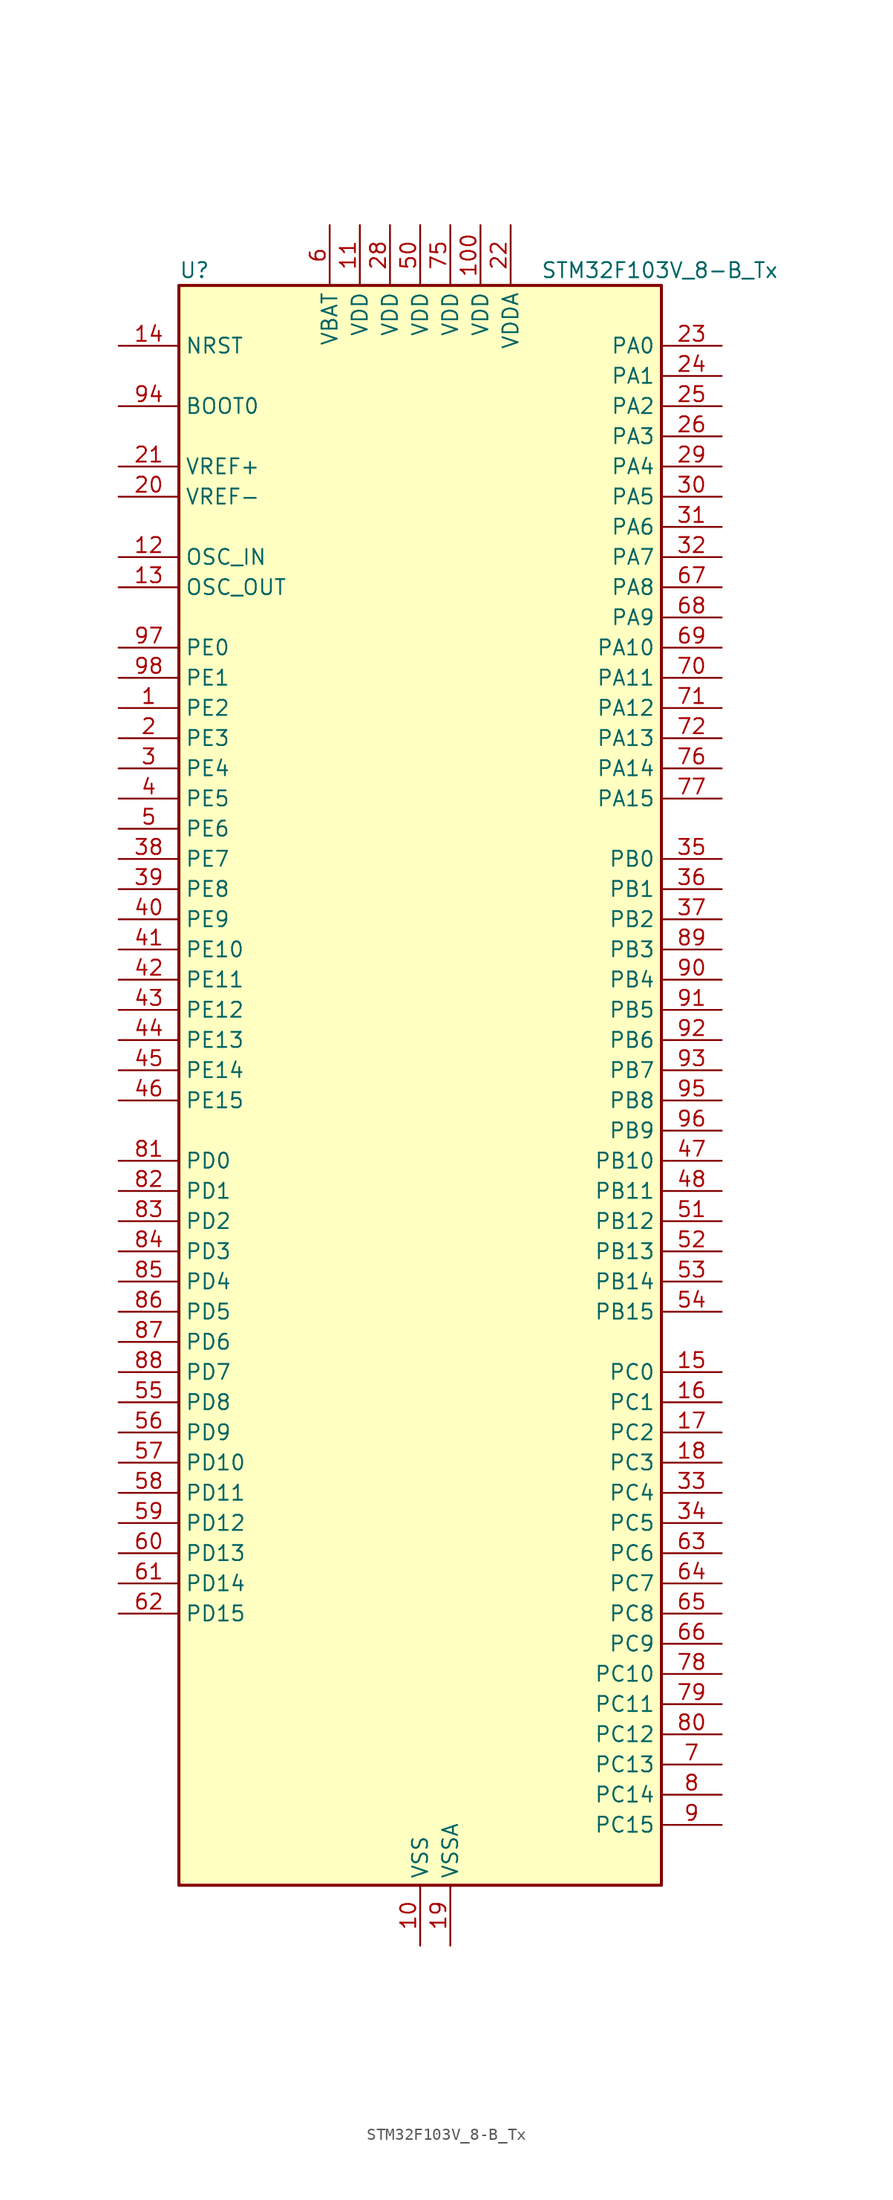
<source format=kicad_sym>
(kicad_symbol_lib
  (version 20241209)
  (generator "kicad_symbol_editor")
  (generator_version "9.0")
  (symbol "STM32F103V_8-B_Tx"
    (property "Reference" "U"
      (at -20.32 69.85 0)
      (effects (font (size 1.27 1.27)) (justify left)))
    (property "Value" "STM32F103V_8-B_Tx"
      (at 10.16 69.85 0)
      (effects (font (size 1.27 1.27)) (justify left)))
    (symbol "STM32F103V_8-B_Tx_0_1"
      (rectangle (start -20.32 -66.04) (end 20.32 68.58) (stroke (width 0.254) (type default)) (fill (type background))))
    (symbol "STM32F103V_8-B_Tx_1_1"
      (pin input line (at -25.4 63.5 0) (length 5.08) (name "NRST" (effects (font (size 1.27 1.27)))) (number "14" (effects (font (size 1.27 1.27)))))
      (pin input line (at -25.4 58.42 0) (length 5.08) (name "BOOT0" (effects (font (size 1.27 1.27)))) (number "94" (effects (font (size 1.27 1.27)))))
      (pin input line (at -25.4 53.34 0) (length 5.08) (name "VREF+" (effects (font (size 1.27 1.27)))) (number "21" (effects (font (size 1.27 1.27)))))
      (pin input line (at -25.4 50.8 0) (length 5.08) (name "VREF-" (effects (font (size 1.27 1.27)))) (number "20" (effects (font (size 1.27 1.27)))))
      (pin input line (at -25.4 45.72 0) (length 5.08) (name "OSC_IN" (effects (font (size 1.27 1.27)))) (number "12" (effects (font (size 1.27 1.27)))) (alternate "RCC_OSC_IN" bidirectional line))
      (pin input line (at -25.4 43.18 0) (length 5.08) (name "OSC_OUT" (effects (font (size 1.27 1.27)))) (number "13" (effects (font (size 1.27 1.27)))) (alternate "RCC_OSC_OUT" bidirectional line))
      (pin bidirectional line (at -25.4 38.1 0) (length 5.08) (name "PE0" (effects (font (size 1.27 1.27)))) (number "97" (effects (font (size 1.27 1.27)))) (alternate "TIM4_ETR" bidirectional line))
      (pin bidirectional line (at -25.4 35.56 0) (length 5.08) (name "PE1" (effects (font (size 1.27 1.27)))) (number "98" (effects (font (size 1.27 1.27)))))
      (pin bidirectional line (at -25.4 33.02 0) (length 5.08) (name "PE2" (effects (font (size 1.27 1.27)))) (number "1" (effects (font (size 1.27 1.27)))) (alternate "SYS_TRACECLK" bidirectional line))
      (pin bidirectional line (at -25.4 30.48 0) (length 5.08) (name "PE3" (effects (font (size 1.27 1.27)))) (number "2" (effects (font (size 1.27 1.27)))) (alternate "SYS_TRACED0" bidirectional line))
      (pin bidirectional line (at -25.4 27.94 0) (length 5.08) (name "PE4" (effects (font (size 1.27 1.27)))) (number "3" (effects (font (size 1.27 1.27)))) (alternate "SYS_TRACED1" bidirectional line))
      (pin bidirectional line (at -25.4 25.4 0) (length 5.08) (name "PE5" (effects (font (size 1.27 1.27)))) (number "4" (effects (font (size 1.27 1.27)))) (alternate "SYS_TRACED2" bidirectional line))
      (pin bidirectional line (at -25.4 22.86 0) (length 5.08) (name "PE6" (effects (font (size 1.27 1.27)))) (number "5" (effects (font (size 1.27 1.27)))) (alternate "SYS_TRACED3" bidirectional line))
      (pin bidirectional line (at -25.4 20.32 0) (length 5.08) (name "PE7" (effects (font (size 1.27 1.27)))) (number "38" (effects (font (size 1.27 1.27)))) (alternate "TIM1_ETR" bidirectional line))
      (pin bidirectional line (at -25.4 17.78 0) (length 5.08) (name "PE8" (effects (font (size 1.27 1.27)))) (number "39" (effects (font (size 1.27 1.27)))) (alternate "TIM1_CH1N" bidirectional line))
      (pin bidirectional line (at -25.4 15.24 0) (length 5.08) (name "PE9" (effects (font (size 1.27 1.27)))) (number "40" (effects (font (size 1.27 1.27)))) (alternate "TIM1_CH1" bidirectional line))
      (pin bidirectional line (at -25.4 12.7 0) (length 5.08) (name "PE10" (effects (font (size 1.27 1.27)))) (number "41" (effects (font (size 1.27 1.27)))) (alternate "TIM1_CH2N" bidirectional line))
      (pin bidirectional line (at -25.4 10.16 0) (length 5.08) (name "PE11" (effects (font (size 1.27 1.27)))) (number "42" (effects (font (size 1.27 1.27)))) (alternate "ADC1_EXTI11" bidirectional line) (alternate "ADC2_EXTI11" bidirectional line) (alternate "TIM1_CH2" bidirectional line))
      (pin bidirectional line (at -25.4 7.62 0) (length 5.08) (name "PE12" (effects (font (size 1.27 1.27)))) (number "43" (effects (font (size 1.27 1.27)))) (alternate "TIM1_CH3N" bidirectional line))
      (pin bidirectional line (at -25.4 5.08 0) (length 5.08) (name "PE13" (effects (font (size 1.27 1.27)))) (number "44" (effects (font (size 1.27 1.27)))) (alternate "TIM1_CH3" bidirectional line))
      (pin bidirectional line (at -25.4 2.54 0) (length 5.08) (name "PE14" (effects (font (size 1.27 1.27)))) (number "45" (effects (font (size 1.27 1.27)))) (alternate "TIM1_CH4" bidirectional line))
      (pin bidirectional line (at -25.4 0 0) (length 5.08) (name "PE15" (effects (font (size 1.27 1.27)))) (number "46" (effects (font (size 1.27 1.27)))) (alternate "ADC1_EXTI15" bidirectional line) (alternate "ADC2_EXTI15" bidirectional line) (alternate "TIM1_BKIN" bidirectional line))
      (pin bidirectional line (at -25.4 -5.08 0) (length 5.08) (name "PD0" (effects (font (size 1.27 1.27)))) (number "81" (effects (font (size 1.27 1.27)))) (alternate "CAN_RX" bidirectional line))
      (pin bidirectional line (at -25.4 -7.62 0) (length 5.08) (name "PD1" (effects (font (size 1.27 1.27)))) (number "82" (effects (font (size 1.27 1.27)))) (alternate "CAN_TX" bidirectional line))
      (pin bidirectional line (at -25.4 -10.16 0) (length 5.08) (name "PD2" (effects (font (size 1.27 1.27)))) (number "83" (effects (font (size 1.27 1.27)))) (alternate "TIM3_ETR" bidirectional line))
      (pin bidirectional line (at -25.4 -12.7 0) (length 5.08) (name "PD3" (effects (font (size 1.27 1.27)))) (number "84" (effects (font (size 1.27 1.27)))) (alternate "USART2_CTS" bidirectional line))
      (pin bidirectional line (at -25.4 -15.24 0) (length 5.08) (name "PD4" (effects (font (size 1.27 1.27)))) (number "85" (effects (font (size 1.27 1.27)))) (alternate "USART2_RTS" bidirectional line))
      (pin bidirectional line (at -25.4 -17.78 0) (length 5.08) (name "PD5" (effects (font (size 1.27 1.27)))) (number "86" (effects (font (size 1.27 1.27)))) (alternate "USART2_TX" bidirectional line))
      (pin bidirectional line (at -25.4 -20.32 0) (length 5.08) (name "PD6" (effects (font (size 1.27 1.27)))) (number "87" (effects (font (size 1.27 1.27)))) (alternate "USART2_RX" bidirectional line))
      (pin bidirectional line (at -25.4 -22.86 0) (length 5.08) (name "PD7" (effects (font (size 1.27 1.27)))) (number "88" (effects (font (size 1.27 1.27)))) (alternate "USART2_CK" bidirectional line))
      (pin bidirectional line (at -25.4 -25.4 0) (length 5.08) (name "PD8" (effects (font (size 1.27 1.27)))) (number "55" (effects (font (size 1.27 1.27)))) (alternate "USART3_TX" bidirectional line))
      (pin bidirectional line (at -25.4 -27.94 0) (length 5.08) (name "PD9" (effects (font (size 1.27 1.27)))) (number "56" (effects (font (size 1.27 1.27)))) (alternate "USART3_RX" bidirectional line))
      (pin bidirectional line (at -25.4 -30.48 0) (length 5.08) (name "PD10" (effects (font (size 1.27 1.27)))) (number "57" (effects (font (size 1.27 1.27)))) (alternate "USART3_CK" bidirectional line))
      (pin bidirectional line (at -25.4 -33.02 0) (length 5.08) (name "PD11" (effects (font (size 1.27 1.27)))) (number "58" (effects (font (size 1.27 1.27)))) (alternate "ADC1_EXTI11" bidirectional line) (alternate "ADC2_EXTI11" bidirectional line) (alternate "USART3_CTS" bidirectional line))
      (pin bidirectional line (at -25.4 -35.56 0) (length 5.08) (name "PD12" (effects (font (size 1.27 1.27)))) (number "59" (effects (font (size 1.27 1.27)))) (alternate "TIM4_CH1" bidirectional line) (alternate "USART3_RTS" bidirectional line))
      (pin bidirectional line (at -25.4 -38.1 0) (length 5.08) (name "PD13" (effects (font (size 1.27 1.27)))) (number "60" (effects (font (size 1.27 1.27)))) (alternate "TIM4_CH2" bidirectional line))
      (pin bidirectional line (at -25.4 -40.64 0) (length 5.08) (name "PD14" (effects (font (size 1.27 1.27)))) (number "61" (effects (font (size 1.27 1.27)))) (alternate "TIM4_CH3" bidirectional line))
      (pin bidirectional line (at -25.4 -43.18 0) (length 5.08) (name "PD15" (effects (font (size 1.27 1.27)))) (number "62" (effects (font (size 1.27 1.27)))) (alternate "ADC1_EXTI15" bidirectional line) (alternate "ADC2_EXTI15" bidirectional line) (alternate "TIM4_CH4" bidirectional line))
      (pin no_connect line (at -20.32 -66.04 0) (length 5.08) (hide yes) (name "NC" (effects (font (size 1.27 1.27)))) (number "73" (effects (font (size 1.27 1.27)))))
      (pin power_in line (at -7.62 73.66 270) (length 5.08) (name "VBAT" (effects (font (size 1.27 1.27)))) (number "6" (effects (font (size 1.27 1.27)))))
      (pin power_in line (at -5.08 73.66 270) (length 5.08) (name "VDD" (effects (font (size 1.27 1.27)))) (number "11" (effects (font (size 1.27 1.27)))))
      (pin power_in line (at -2.54 73.66 270) (length 5.08) (name "VDD" (effects (font (size 1.27 1.27)))) (number "28" (effects (font (size 1.27 1.27)))))
      (pin power_in line (at 0 73.66 270) (length 5.08) (name "VDD" (effects (font (size 1.27 1.27)))) (number "50" (effects (font (size 1.27 1.27)))))
      (pin power_in line (at 0 -71.12 90) (length 5.08) (name "VSS" (effects (font (size 1.27 1.27)))) (number "10" (effects (font (size 1.27 1.27)))))
      (pin passive line (at 0 -71.12 90) (length 5.08) (hide yes) (name "VSS" (effects (font (size 1.27 1.27)))) (number "27" (effects (font (size 1.27 1.27)))))
      (pin passive line (at 0 -71.12 90) (length 5.08) (hide yes) (name "VSS" (effects (font (size 1.27 1.27)))) (number "49" (effects (font (size 1.27 1.27)))))
      (pin passive line (at 0 -71.12 90) (length 5.08) (hide yes) (name "VSS" (effects (font (size 1.27 1.27)))) (number "74" (effects (font (size 1.27 1.27)))))
      (pin passive line (at 0 -71.12 90) (length 5.08) (hide yes) (name "VSS" (effects (font (size 1.27 1.27)))) (number "99" (effects (font (size 1.27 1.27)))))
      (pin power_in line (at 2.54 73.66 270) (length 5.08) (name "VDD" (effects (font (size 1.27 1.27)))) (number "75" (effects (font (size 1.27 1.27)))))
      (pin power_in line (at 2.54 -71.12 90) (length 5.08) (name "VSSA" (effects (font (size 1.27 1.27)))) (number "19" (effects (font (size 1.27 1.27)))))
      (pin power_in line (at 5.08 73.66 270) (length 5.08) (name "VDD" (effects (font (size 1.27 1.27)))) (number "100" (effects (font (size 1.27 1.27)))))
      (pin power_in line (at 7.62 73.66 270) (length 5.08) (name "VDDA" (effects (font (size 1.27 1.27)))) (number "22" (effects (font (size 1.27 1.27)))))
      (pin bidirectional line (at 25.4 63.5 180) (length 5.08) (name "PA0" (effects (font (size 1.27 1.27)))) (number "23" (effects (font (size 1.27 1.27)))) (alternate "ADC1_IN0" bidirectional line) (alternate "ADC2_IN0" bidirectional line) (alternate "SYS_WKUP" bidirectional line) (alternate "TIM2_CH1" bidirectional line) (alternate "TIM2_ETR" bidirectional line) (alternate "USART2_CTS" bidirectional line))
      (pin bidirectional line (at 25.4 60.96 180) (length 5.08) (name "PA1" (effects (font (size 1.27 1.27)))) (number "24" (effects (font (size 1.27 1.27)))) (alternate "ADC1_IN1" bidirectional line) (alternate "ADC2_IN1" bidirectional line) (alternate "TIM2_CH2" bidirectional line) (alternate "USART2_RTS" bidirectional line))
      (pin bidirectional line (at 25.4 58.42 180) (length 5.08) (name "PA2" (effects (font (size 1.27 1.27)))) (number "25" (effects (font (size 1.27 1.27)))) (alternate "ADC1_IN2" bidirectional line) (alternate "ADC2_IN2" bidirectional line) (alternate "TIM2_CH3" bidirectional line) (alternate "USART2_TX" bidirectional line))
      (pin bidirectional line (at 25.4 55.88 180) (length 5.08) (name "PA3" (effects (font (size 1.27 1.27)))) (number "26" (effects (font (size 1.27 1.27)))) (alternate "ADC1_IN3" bidirectional line) (alternate "ADC2_IN3" bidirectional line) (alternate "TIM2_CH4" bidirectional line) (alternate "USART2_RX" bidirectional line))
      (pin bidirectional line (at 25.4 53.34 180) (length 5.08) (name "PA4" (effects (font (size 1.27 1.27)))) (number "29" (effects (font (size 1.27 1.27)))) (alternate "ADC1_IN4" bidirectional line) (alternate "ADC2_IN4" bidirectional line) (alternate "SPI1_NSS" bidirectional line) (alternate "USART2_CK" bidirectional line))
      (pin bidirectional line (at 25.4 50.8 180) (length 5.08) (name "PA5" (effects (font (size 1.27 1.27)))) (number "30" (effects (font (size 1.27 1.27)))) (alternate "ADC1_IN5" bidirectional line) (alternate "ADC2_IN5" bidirectional line) (alternate "SPI1_SCK" bidirectional line))
      (pin bidirectional line (at 25.4 48.26 180) (length 5.08) (name "PA6" (effects (font (size 1.27 1.27)))) (number "31" (effects (font (size 1.27 1.27)))) (alternate "ADC1_IN6" bidirectional line) (alternate "ADC2_IN6" bidirectional line) (alternate "SPI1_MISO" bidirectional line) (alternate "TIM1_BKIN" bidirectional line) (alternate "TIM3_CH1" bidirectional line))
      (pin bidirectional line (at 25.4 45.72 180) (length 5.08) (name "PA7" (effects (font (size 1.27 1.27)))) (number "32" (effects (font (size 1.27 1.27)))) (alternate "ADC1_IN7" bidirectional line) (alternate "ADC2_IN7" bidirectional line) (alternate "SPI1_MOSI" bidirectional line) (alternate "TIM1_CH1N" bidirectional line) (alternate "TIM3_CH2" bidirectional line))
      (pin bidirectional line (at 25.4 43.18 180) (length 5.08) (name "PA8" (effects (font (size 1.27 1.27)))) (number "67" (effects (font (size 1.27 1.27)))) (alternate "RCC_MCO" bidirectional line) (alternate "TIM1_CH1" bidirectional line) (alternate "USART1_CK" bidirectional line))
      (pin bidirectional line (at 25.4 40.64 180) (length 5.08) (name "PA9" (effects (font (size 1.27 1.27)))) (number "68" (effects (font (size 1.27 1.27)))) (alternate "TIM1_CH2" bidirectional line) (alternate "USART1_TX" bidirectional line))
      (pin bidirectional line (at 25.4 38.1 180) (length 5.08) (name "PA10" (effects (font (size 1.27 1.27)))) (number "69" (effects (font (size 1.27 1.27)))) (alternate "TIM1_CH3" bidirectional line) (alternate "USART1_RX" bidirectional line))
      (pin bidirectional line (at 25.4 35.56 180) (length 5.08) (name "PA11" (effects (font (size 1.27 1.27)))) (number "70" (effects (font (size 1.27 1.27)))) (alternate "ADC1_EXTI11" bidirectional line) (alternate "ADC2_EXTI11" bidirectional line) (alternate "CAN_RX" bidirectional line) (alternate "TIM1_CH4" bidirectional line) (alternate "USART1_CTS" bidirectional line) (alternate "USB_DM" bidirectional line))
      (pin bidirectional line (at 25.4 33.02 180) (length 5.08) (name "PA12" (effects (font (size 1.27 1.27)))) (number "71" (effects (font (size 1.27 1.27)))) (alternate "CAN_TX" bidirectional line) (alternate "TIM1_ETR" bidirectional line) (alternate "USART1_RTS" bidirectional line) (alternate "USB_DP" bidirectional line))
      (pin bidirectional line (at 25.4 30.48 180) (length 5.08) (name "PA13" (effects (font (size 1.27 1.27)))) (number "72" (effects (font (size 1.27 1.27)))) (alternate "SYS_JTMS-SWDIO" bidirectional line))
      (pin bidirectional line (at 25.4 27.94 180) (length 5.08) (name "PA14" (effects (font (size 1.27 1.27)))) (number "76" (effects (font (size 1.27 1.27)))) (alternate "SYS_JTCK-SWCLK" bidirectional line))
      (pin bidirectional line (at 25.4 25.4 180) (length 5.08) (name "PA15" (effects (font (size 1.27 1.27)))) (number "77" (effects (font (size 1.27 1.27)))) (alternate "ADC1_EXTI15" bidirectional line) (alternate "ADC2_EXTI15" bidirectional line) (alternate "SPI1_NSS" bidirectional line) (alternate "SYS_JTDI" bidirectional line) (alternate "TIM2_CH1" bidirectional line) (alternate "TIM2_ETR" bidirectional line))
      (pin bidirectional line (at 25.4 20.32 180) (length 5.08) (name "PB0" (effects (font (size 1.27 1.27)))) (number "35" (effects (font (size 1.27 1.27)))) (alternate "ADC1_IN8" bidirectional line) (alternate "ADC2_IN8" bidirectional line) (alternate "TIM1_CH2N" bidirectional line) (alternate "TIM3_CH3" bidirectional line))
      (pin bidirectional line (at 25.4 17.78 180) (length 5.08) (name "PB1" (effects (font (size 1.27 1.27)))) (number "36" (effects (font (size 1.27 1.27)))) (alternate "ADC1_IN9" bidirectional line) (alternate "ADC2_IN9" bidirectional line) (alternate "TIM1_CH3N" bidirectional line) (alternate "TIM3_CH4" bidirectional line))
      (pin bidirectional line (at 25.4 15.24 180) (length 5.08) (name "PB2" (effects (font (size 1.27 1.27)))) (number "37" (effects (font (size 1.27 1.27)))))
      (pin bidirectional line (at 25.4 12.7 180) (length 5.08) (name "PB3" (effects (font (size 1.27 1.27)))) (number "89" (effects (font (size 1.27 1.27)))) (alternate "SPI1_SCK" bidirectional line) (alternate "SYS_JTDO-TRACESWO" bidirectional line) (alternate "TIM2_CH2" bidirectional line))
      (pin bidirectional line (at 25.4 10.16 180) (length 5.08) (name "PB4" (effects (font (size 1.27 1.27)))) (number "90" (effects (font (size 1.27 1.27)))) (alternate "SPI1_MISO" bidirectional line) (alternate "SYS_NJTRST" bidirectional line) (alternate "TIM3_CH1" bidirectional line))
      (pin bidirectional line (at 25.4 7.62 180) (length 5.08) (name "PB5" (effects (font (size 1.27 1.27)))) (number "91" (effects (font (size 1.27 1.27)))) (alternate "I2C1_SMBA" bidirectional line) (alternate "SPI1_MOSI" bidirectional line) (alternate "TIM3_CH2" bidirectional line))
      (pin bidirectional line (at 25.4 5.08 180) (length 5.08) (name "PB6" (effects (font (size 1.27 1.27)))) (number "92" (effects (font (size 1.27 1.27)))) (alternate "I2C1_SCL" bidirectional line) (alternate "TIM4_CH1" bidirectional line) (alternate "USART1_TX" bidirectional line))
      (pin bidirectional line (at 25.4 2.54 180) (length 5.08) (name "PB7" (effects (font (size 1.27 1.27)))) (number "93" (effects (font (size 1.27 1.27)))) (alternate "I2C1_SDA" bidirectional line) (alternate "TIM4_CH2" bidirectional line) (alternate "USART1_RX" bidirectional line))
      (pin bidirectional line (at 25.4 0 180) (length 5.08) (name "PB8" (effects (font (size 1.27 1.27)))) (number "95" (effects (font (size 1.27 1.27)))) (alternate "CAN_RX" bidirectional line) (alternate "I2C1_SCL" bidirectional line) (alternate "TIM4_CH3" bidirectional line))
      (pin bidirectional line (at 25.4 -2.54 180) (length 5.08) (name "PB9" (effects (font (size 1.27 1.27)))) (number "96" (effects (font (size 1.27 1.27)))) (alternate "CAN_TX" bidirectional line) (alternate "I2C1_SDA" bidirectional line) (alternate "TIM4_CH4" bidirectional line))
      (pin bidirectional line (at 25.4 -5.08 180) (length 5.08) (name "PB10" (effects (font (size 1.27 1.27)))) (number "47" (effects (font (size 1.27 1.27)))) (alternate "I2C2_SCL" bidirectional line) (alternate "TIM2_CH3" bidirectional line) (alternate "USART3_TX" bidirectional line))
      (pin bidirectional line (at 25.4 -7.62 180) (length 5.08) (name "PB11" (effects (font (size 1.27 1.27)))) (number "48" (effects (font (size 1.27 1.27)))) (alternate "ADC1_EXTI11" bidirectional line) (alternate "ADC2_EXTI11" bidirectional line) (alternate "I2C2_SDA" bidirectional line) (alternate "TIM2_CH4" bidirectional line) (alternate "USART3_RX" bidirectional line))
      (pin bidirectional line (at 25.4 -10.16 180) (length 5.08) (name "PB12" (effects (font (size 1.27 1.27)))) (number "51" (effects (font (size 1.27 1.27)))) (alternate "I2C2_SMBA" bidirectional line) (alternate "SPI2_NSS" bidirectional line) (alternate "TIM1_BKIN" bidirectional line) (alternate "USART3_CK" bidirectional line))
      (pin bidirectional line (at 25.4 -12.7 180) (length 5.08) (name "PB13" (effects (font (size 1.27 1.27)))) (number "52" (effects (font (size 1.27 1.27)))) (alternate "SPI2_SCK" bidirectional line) (alternate "TIM1_CH1N" bidirectional line) (alternate "USART3_CTS" bidirectional line))
      (pin bidirectional line (at 25.4 -15.24 180) (length 5.08) (name "PB14" (effects (font (size 1.27 1.27)))) (number "53" (effects (font (size 1.27 1.27)))) (alternate "SPI2_MISO" bidirectional line) (alternate "TIM1_CH2N" bidirectional line) (alternate "USART3_RTS" bidirectional line))
      (pin bidirectional line (at 25.4 -17.78 180) (length 5.08) (name "PB15" (effects (font (size 1.27 1.27)))) (number "54" (effects (font (size 1.27 1.27)))) (alternate "ADC1_EXTI15" bidirectional line) (alternate "ADC2_EXTI15" bidirectional line) (alternate "SPI2_MOSI" bidirectional line) (alternate "TIM1_CH3N" bidirectional line))
      (pin bidirectional line (at 25.4 -22.86 180) (length 5.08) (name "PC0" (effects (font (size 1.27 1.27)))) (number "15" (effects (font (size 1.27 1.27)))) (alternate "ADC1_IN10" bidirectional line) (alternate "ADC2_IN10" bidirectional line))
      (pin bidirectional line (at 25.4 -25.4 180) (length 5.08) (name "PC1" (effects (font (size 1.27 1.27)))) (number "16" (effects (font (size 1.27 1.27)))) (alternate "ADC1_IN11" bidirectional line) (alternate "ADC2_IN11" bidirectional line))
      (pin bidirectional line (at 25.4 -27.94 180) (length 5.08) (name "PC2" (effects (font (size 1.27 1.27)))) (number "17" (effects (font (size 1.27 1.27)))) (alternate "ADC1_IN12" bidirectional line) (alternate "ADC2_IN12" bidirectional line))
      (pin bidirectional line (at 25.4 -30.48 180) (length 5.08) (name "PC3" (effects (font (size 1.27 1.27)))) (number "18" (effects (font (size 1.27 1.27)))) (alternate "ADC1_IN13" bidirectional line) (alternate "ADC2_IN13" bidirectional line))
      (pin bidirectional line (at 25.4 -33.02 180) (length 5.08) (name "PC4" (effects (font (size 1.27 1.27)))) (number "33" (effects (font (size 1.27 1.27)))) (alternate "ADC1_IN14" bidirectional line) (alternate "ADC2_IN14" bidirectional line))
      (pin bidirectional line (at 25.4 -35.56 180) (length 5.08) (name "PC5" (effects (font (size 1.27 1.27)))) (number "34" (effects (font (size 1.27 1.27)))) (alternate "ADC1_IN15" bidirectional line) (alternate "ADC2_IN15" bidirectional line))
      (pin bidirectional line (at 25.4 -38.1 180) (length 5.08) (name "PC6" (effects (font (size 1.27 1.27)))) (number "63" (effects (font (size 1.27 1.27)))) (alternate "TIM3_CH1" bidirectional line))
      (pin bidirectional line (at 25.4 -40.64 180) (length 5.08) (name "PC7" (effects (font (size 1.27 1.27)))) (number "64" (effects (font (size 1.27 1.27)))) (alternate "TIM3_CH2" bidirectional line))
      (pin bidirectional line (at 25.4 -43.18 180) (length 5.08) (name "PC8" (effects (font (size 1.27 1.27)))) (number "65" (effects (font (size 1.27 1.27)))) (alternate "TIM3_CH3" bidirectional line))
      (pin bidirectional line (at 25.4 -45.72 180) (length 5.08) (name "PC9" (effects (font (size 1.27 1.27)))) (number "66" (effects (font (size 1.27 1.27)))) (alternate "TIM3_CH4" bidirectional line))
      (pin bidirectional line (at 25.4 -48.26 180) (length 5.08) (name "PC10" (effects (font (size 1.27 1.27)))) (number "78" (effects (font (size 1.27 1.27)))) (alternate "USART3_TX" bidirectional line))
      (pin bidirectional line (at 25.4 -50.8 180) (length 5.08) (name "PC11" (effects (font (size 1.27 1.27)))) (number "79" (effects (font (size 1.27 1.27)))) (alternate "ADC1_EXTI11" bidirectional line) (alternate "ADC2_EXTI11" bidirectional line) (alternate "USART3_RX" bidirectional line))
      (pin bidirectional line (at 25.4 -53.34 180) (length 5.08) (name "PC12" (effects (font (size 1.27 1.27)))) (number "80" (effects (font (size 1.27 1.27)))) (alternate "USART3_CK" bidirectional line))
      (pin bidirectional line (at 25.4 -55.88 180) (length 5.08) (name "PC13" (effects (font (size 1.27 1.27)))) (number "7" (effects (font (size 1.27 1.27)))) (alternate "RTC_OUT" bidirectional line) (alternate "RTC_TAMPER" bidirectional line))
      (pin bidirectional line (at 25.4 -58.42 180) (length 5.08) (name "PC14" (effects (font (size 1.27 1.27)))) (number "8" (effects (font (size 1.27 1.27)))) (alternate "RCC_OSC32_IN" bidirectional line))
      (pin bidirectional line (at 25.4 -60.96 180) (length 5.08) (name "PC15" (effects (font (size 1.27 1.27)))) (number "9" (effects (font (size 1.27 1.27)))) (alternate "ADC1_EXTI15" bidirectional line) (alternate "ADC2_EXTI15" bidirectional line) (alternate "RCC_OSC32_OUT" bidirectional line)))))
</source>
